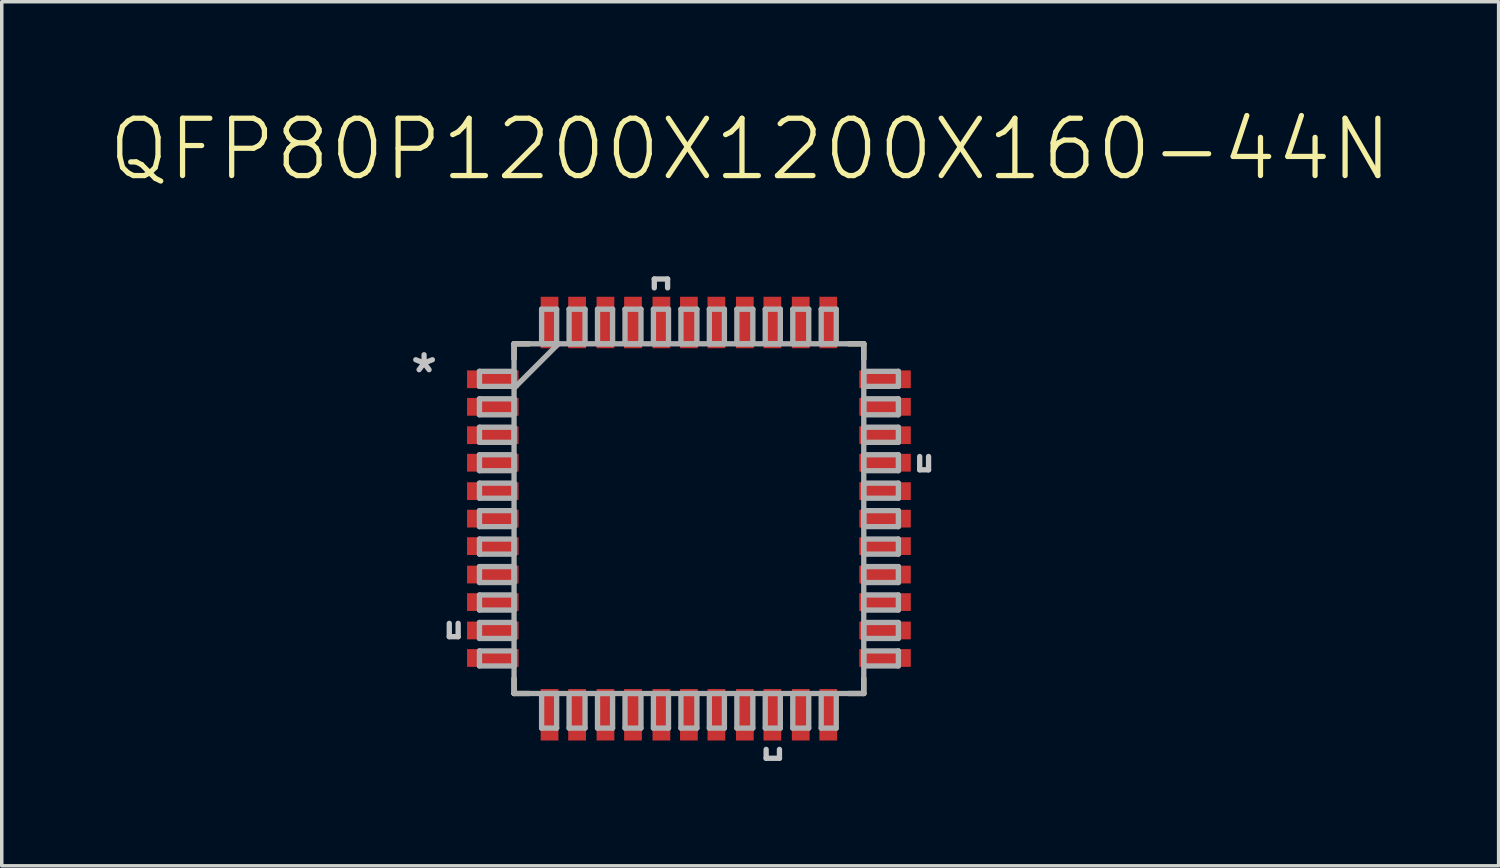
<source format=kicad_pcb>
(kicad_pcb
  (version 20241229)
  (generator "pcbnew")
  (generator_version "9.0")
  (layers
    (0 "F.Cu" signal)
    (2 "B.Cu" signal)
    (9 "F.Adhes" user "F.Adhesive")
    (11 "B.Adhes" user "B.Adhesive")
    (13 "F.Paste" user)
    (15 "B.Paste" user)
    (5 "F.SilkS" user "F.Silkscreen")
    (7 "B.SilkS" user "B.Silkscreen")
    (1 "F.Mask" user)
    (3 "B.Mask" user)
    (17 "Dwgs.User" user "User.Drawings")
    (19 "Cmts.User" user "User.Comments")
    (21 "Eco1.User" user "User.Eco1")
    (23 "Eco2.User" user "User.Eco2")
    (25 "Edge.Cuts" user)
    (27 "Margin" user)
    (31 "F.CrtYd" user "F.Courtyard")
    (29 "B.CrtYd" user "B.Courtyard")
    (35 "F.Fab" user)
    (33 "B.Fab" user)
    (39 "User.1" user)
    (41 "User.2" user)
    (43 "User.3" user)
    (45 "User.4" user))
  (footprint "QFP80P1200X1200X160-44N"
    (layer "F.Cu")
    (at 16.665 11.792)
    (property "Reference" "QFP80P1200X1200X160-44N" (at 1.753 -10.569 0) (layer "F.SilkS") (effects (font (size 1.64 1.64) (thickness 0.15))))
    (attr through_hole)
    (fp_line (start -5.004 -5.004) (end -5.004 -4.572) (stroke (width 0.152) (type solid)) (layer "F.SilkS"))
    (fp_line (start -5.004 4.572) (end -5.004 5.004) (stroke (width 0.152) (type solid)) (layer "F.SilkS"))
    (fp_line (start -5.004 5.004) (end -4.572 5.004) (stroke (width 0.152) (type solid)) (layer "F.SilkS"))
    (fp_line (start -4.572 -5.004) (end -5.004 -5.004) (stroke (width 0.152) (type solid)) (layer "F.SilkS"))
    (fp_line (start 4.572 5.004) (end 5.004 5.004) (stroke (width 0.152) (type solid)) (layer "F.SilkS"))
    (fp_line (start 5.004 -5.004) (end 4.572 -5.004) (stroke (width 0.152) (type solid)) (layer "F.SilkS"))
    (fp_line (start 5.004 -4.572) (end 5.004 -5.004) (stroke (width 0.152) (type solid)) (layer "F.SilkS"))
    (fp_line (start 5.004 5.004) (end 5.004 4.572) (stroke (width 0.152) (type solid)) (layer "F.SilkS"))
    (fp_line (start -6.858 2.997) (end -6.858 3.378) (stroke (width 0.152) (type solid)) (layer "Dwgs.User"))
    (fp_line (start -6.858 3.378) (end -6.604 3.378) (stroke (width 0.152) (type solid)) (layer "Dwgs.User"))
    (fp_line (start -6.604 3.378) (end -6.604 2.997) (stroke (width 0.152) (type solid)) (layer "Dwgs.User"))
    (fp_line (start -0.991 -6.858) (end -0.61 -6.858) (stroke (width 0.152) (type solid)) (layer "Dwgs.User"))
    (fp_line (start -0.991 -6.604) (end -0.991 -6.858) (stroke (width 0.152) (type solid)) (layer "Dwgs.User"))
    (fp_line (start -0.61 -6.858) (end -0.61 -6.604) (stroke (width 0.152) (type solid)) (layer "Dwgs.User"))
    (fp_line (start 2.21 6.604) (end 2.21 6.858) (stroke (width 0.152) (type solid)) (layer "Dwgs.User"))
    (fp_line (start 2.21 6.858) (end 2.591 6.858) (stroke (width 0.152) (type solid)) (layer "Dwgs.User"))
    (fp_line (start 2.591 6.858) (end 2.591 6.604) (stroke (width 0.152) (type solid)) (layer "Dwgs.User"))
    (fp_line (start 6.604 -1.397) (end 6.604 -1.778) (stroke (width 0.152) (type solid)) (layer "Dwgs.User"))
    (fp_line (start 6.858 -1.778) (end 6.858 -1.397) (stroke (width 0.152) (type solid)) (layer "Dwgs.User"))
    (fp_line (start 6.858 -1.397) (end 6.604 -1.397) (stroke (width 0.152) (type solid)) (layer "Dwgs.User"))
    (fp_line (start -5.994 -4.216) (end -5.994 -3.785) (stroke (width 0.152) (type solid)) (layer "F.Fab"))
    (fp_line (start -5.994 -3.785) (end -5.004 -3.785) (stroke (width 0.152) (type solid)) (layer "F.Fab"))
    (fp_line (start -5.994 -3.429) (end -5.994 -2.972) (stroke (width 0.152) (type solid)) (layer "F.Fab"))
    (fp_line (start -5.994 -2.972) (end -5.004 -2.972) (stroke (width 0.152) (type solid)) (layer "F.Fab"))
    (fp_line (start -5.994 -2.616) (end -5.994 -2.184) (stroke (width 0.152) (type solid)) (layer "F.Fab"))
    (fp_line (start -5.994 -2.184) (end -5.004 -2.184) (stroke (width 0.152) (type solid)) (layer "F.Fab"))
    (fp_line (start -5.994 -1.829) (end -5.994 -1.372) (stroke (width 0.152) (type solid)) (layer "F.Fab"))
    (fp_line (start -5.994 -1.372) (end -5.004 -1.372) (stroke (width 0.152) (type solid)) (layer "F.Fab"))
    (fp_line (start -5.994 -1.016) (end -5.994 -0.584) (stroke (width 0.152) (type solid)) (layer "F.Fab"))
    (fp_line (start -5.994 -0.584) (end -5.004 -0.584) (stroke (width 0.152) (type solid)) (layer "F.Fab"))
    (fp_line (start -5.994 -0.229) (end -5.994 0.229) (stroke (width 0.152) (type solid)) (layer "F.Fab"))
    (fp_line (start -5.994 0.229) (end -5.004 0.229) (stroke (width 0.152) (type solid)) (layer "F.Fab"))
    (fp_line (start -5.994 0.584) (end -5.994 1.016) (stroke (width 0.152) (type solid)) (layer "F.Fab"))
    (fp_line (start -5.994 1.016) (end -5.004 1.016) (stroke (width 0.152) (type solid)) (layer "F.Fab"))
    (fp_line (start -5.994 1.372) (end -5.994 1.829) (stroke (width 0.152) (type solid)) (layer "F.Fab"))
    (fp_line (start -5.994 1.829) (end -5.004 1.829) (stroke (width 0.152) (type solid)) (layer "F.Fab"))
    (fp_line (start -5.994 2.184) (end -5.994 2.616) (stroke (width 0.152) (type solid)) (layer "F.Fab"))
    (fp_line (start -5.994 2.616) (end -5.004 2.616) (stroke (width 0.152) (type solid)) (layer "F.Fab"))
    (fp_line (start -5.994 2.972) (end -5.994 3.429) (stroke (width 0.152) (type solid)) (layer "F.Fab"))
    (fp_line (start -5.994 3.429) (end -5.004 3.429) (stroke (width 0.152) (type solid)) (layer "F.Fab"))
    (fp_line (start -5.994 3.785) (end -5.994 4.216) (stroke (width 0.152) (type solid)) (layer "F.Fab"))
    (fp_line (start -5.994 4.216) (end -5.004 4.216) (stroke (width 0.152) (type solid)) (layer "F.Fab"))
    (fp_line (start -5.004 -5.004) (end -5.004 5.004) (stroke (width 0.152) (type solid)) (layer "F.Fab"))
    (fp_line (start -5.004 -4.216) (end -5.994 -4.216) (stroke (width 0.152) (type solid)) (layer "F.Fab"))
    (fp_line (start -5.004 -3.785) (end -5.004 -4.216) (stroke (width 0.152) (type solid)) (layer "F.Fab"))
    (fp_line (start -5.004 -3.734) (end -3.734 -5.004) (stroke (width 0.152) (type solid)) (layer "F.Fab"))
    (fp_line (start -5.004 -3.429) (end -5.994 -3.429) (stroke (width 0.152) (type solid)) (layer "F.Fab"))
    (fp_line (start -5.004 -2.972) (end -5.004 -3.429) (stroke (width 0.152) (type solid)) (layer "F.Fab"))
    (fp_line (start -5.004 -2.616) (end -5.994 -2.616) (stroke (width 0.152) (type solid)) (layer "F.Fab"))
    (fp_line (start -5.004 -2.184) (end -5.004 -2.616) (stroke (width 0.152) (type solid)) (layer "F.Fab"))
    (fp_line (start -5.004 -1.829) (end -5.994 -1.829) (stroke (width 0.152) (type solid)) (layer "F.Fab"))
    (fp_line (start -5.004 -1.372) (end -5.004 -1.829) (stroke (width 0.152) (type solid)) (layer "F.Fab"))
    (fp_line (start -5.004 -1.016) (end -5.994 -1.016) (stroke (width 0.152) (type solid)) (layer "F.Fab"))
    (fp_line (start -5.004 -0.584) (end -5.004 -1.016) (stroke (width 0.152) (type solid)) (layer "F.Fab"))
    (fp_line (start -5.004 -0.229) (end -5.994 -0.229) (stroke (width 0.152) (type solid)) (layer "F.Fab"))
    (fp_line (start -5.004 0.229) (end -5.004 -0.229) (stroke (width 0.152) (type solid)) (layer "F.Fab"))
    (fp_line (start -5.004 0.584) (end -5.994 0.584) (stroke (width 0.152) (type solid)) (layer "F.Fab"))
    (fp_line (start -5.004 1.016) (end -5.004 0.584) (stroke (width 0.152) (type solid)) (layer "F.Fab"))
    (fp_line (start -5.004 1.372) (end -5.994 1.372) (stroke (width 0.152) (type solid)) (layer "F.Fab"))
    (fp_line (start -5.004 1.829) (end -5.004 1.372) (stroke (width 0.152) (type solid)) (layer "F.Fab"))
    (fp_line (start -5.004 2.184) (end -5.994 2.184) (stroke (width 0.152) (type solid)) (layer "F.Fab"))
    (fp_line (start -5.004 2.616) (end -5.004 2.184) (stroke (width 0.152) (type solid)) (layer "F.Fab"))
    (fp_line (start -5.004 2.972) (end -5.994 2.972) (stroke (width 0.152) (type solid)) (layer "F.Fab"))
    (fp_line (start -5.004 3.429) (end -5.004 2.972) (stroke (width 0.152) (type solid)) (layer "F.Fab"))
    (fp_line (start -5.004 3.785) (end -5.994 3.785) (stroke (width 0.152) (type solid)) (layer "F.Fab"))
    (fp_line (start -5.004 4.216) (end -5.004 3.785) (stroke (width 0.152) (type solid)) (layer "F.Fab"))
    (fp_line (start -5.004 5.004) (end 5.004 5.004) (stroke (width 0.152) (type solid)) (layer "F.Fab"))
    (fp_line (start -4.216 -5.994) (end -4.216 -5.004) (stroke (width 0.152) (type solid)) (layer "F.Fab"))
    (fp_line (start -4.216 -5.004) (end -3.785 -5.004) (stroke (width 0.152) (type solid)) (layer "F.Fab"))
    (fp_line (start -4.216 5.004) (end -4.216 5.994) (stroke (width 0.152) (type solid)) (layer "F.Fab"))
    (fp_line (start -4.216 5.994) (end -3.785 5.994) (stroke (width 0.152) (type solid)) (layer "F.Fab"))
    (fp_line (start -3.785 -5.994) (end -4.216 -5.994) (stroke (width 0.152) (type solid)) (layer "F.Fab"))
    (fp_line (start -3.785 -5.004) (end -3.785 -5.994) (stroke (width 0.152) (type solid)) (layer "F.Fab"))
    (fp_line (start -3.785 5.004) (end -4.216 5.004) (stroke (width 0.152) (type solid)) (layer "F.Fab"))
    (fp_line (start -3.785 5.994) (end -3.785 5.004) (stroke (width 0.152) (type solid)) (layer "F.Fab"))
    (fp_line (start -3.429 -5.994) (end -3.429 -5.004) (stroke (width 0.152) (type solid)) (layer "F.Fab"))
    (fp_line (start -3.429 -5.004) (end -2.972 -5.004) (stroke (width 0.152) (type solid)) (layer "F.Fab"))
    (fp_line (start -3.429 5.004) (end -3.429 5.994) (stroke (width 0.152) (type solid)) (layer "F.Fab"))
    (fp_line (start -3.429 5.994) (end -2.972 5.994) (stroke (width 0.152) (type solid)) (layer "F.Fab"))
    (fp_line (start -2.972 -5.994) (end -3.429 -5.994) (stroke (width 0.152) (type solid)) (layer "F.Fab"))
    (fp_line (start -2.972 -5.004) (end -2.972 -5.994) (stroke (width 0.152) (type solid)) (layer "F.Fab"))
    (fp_line (start -2.972 5.004) (end -3.429 5.004) (stroke (width 0.152) (type solid)) (layer "F.Fab"))
    (fp_line (start -2.972 5.994) (end -2.972 5.004) (stroke (width 0.152) (type solid)) (layer "F.Fab"))
    (fp_line (start -2.616 -5.994) (end -2.616 -5.004) (stroke (width 0.152) (type solid)) (layer "F.Fab"))
    (fp_line (start -2.616 -5.004) (end -2.184 -5.004) (stroke (width 0.152) (type solid)) (layer "F.Fab"))
    (fp_line (start -2.616 5.004) (end -2.616 5.994) (stroke (width 0.152) (type solid)) (layer "F.Fab"))
    (fp_line (start -2.616 5.994) (end -2.184 5.994) (stroke (width 0.152) (type solid)) (layer "F.Fab"))
    (fp_line (start -2.184 -5.994) (end -2.616 -5.994) (stroke (width 0.152) (type solid)) (layer "F.Fab"))
    (fp_line (start -2.184 -5.004) (end -2.184 -5.994) (stroke (width 0.152) (type solid)) (layer "F.Fab"))
    (fp_line (start -2.184 5.004) (end -2.616 5.004) (stroke (width 0.152) (type solid)) (layer "F.Fab"))
    (fp_line (start -2.184 5.994) (end -2.184 5.004) (stroke (width 0.152) (type solid)) (layer "F.Fab"))
    (fp_line (start -1.829 -5.994) (end -1.829 -5.004) (stroke (width 0.152) (type solid)) (layer "F.Fab"))
    (fp_line (start -1.829 -5.004) (end -1.372 -5.004) (stroke (width 0.152) (type solid)) (layer "F.Fab"))
    (fp_line (start -1.829 5.004) (end -1.829 5.994) (stroke (width 0.152) (type solid)) (layer "F.Fab"))
    (fp_line (start -1.829 5.994) (end -1.372 5.994) (stroke (width 0.152) (type solid)) (layer "F.Fab"))
    (fp_line (start -1.372 -5.994) (end -1.829 -5.994) (stroke (width 0.152) (type solid)) (layer "F.Fab"))
    (fp_line (start -1.372 -5.004) (end -1.372 -5.994) (stroke (width 0.152) (type solid)) (layer "F.Fab"))
    (fp_line (start -1.372 5.004) (end -1.829 5.004) (stroke (width 0.152) (type solid)) (layer "F.Fab"))
    (fp_line (start -1.372 5.994) (end -1.372 5.004) (stroke (width 0.152) (type solid)) (layer "F.Fab"))
    (fp_line (start -1.016 -5.994) (end -1.016 -5.004) (stroke (width 0.152) (type solid)) (layer "F.Fab"))
    (fp_line (start -1.016 -5.004) (end -0.584 -5.004) (stroke (width 0.152) (type solid)) (layer "F.Fab"))
    (fp_line (start -1.016 5.004) (end -1.016 5.994) (stroke (width 0.152) (type solid)) (layer "F.Fab"))
    (fp_line (start -1.016 5.994) (end -0.584 5.994) (stroke (width 0.152) (type solid)) (layer "F.Fab"))
    (fp_line (start -0.584 -5.994) (end -1.016 -5.994) (stroke (width 0.152) (type solid)) (layer "F.Fab"))
    (fp_line (start -0.584 -5.004) (end -0.584 -5.994) (stroke (width 0.152) (type solid)) (layer "F.Fab"))
    (fp_line (start -0.584 5.004) (end -1.016 5.004) (stroke (width 0.152) (type solid)) (layer "F.Fab"))
    (fp_line (start -0.584 5.994) (end -0.584 5.004) (stroke (width 0.152) (type solid)) (layer "F.Fab"))
    (fp_line (start -0.229 -5.994) (end -0.229 -5.004) (stroke (width 0.152) (type solid)) (layer "F.Fab"))
    (fp_line (start -0.229 -5.004) (end 0.229 -5.004) (stroke (width 0.152) (type solid)) (layer "F.Fab"))
    (fp_line (start -0.229 5.004) (end -0.229 5.994) (stroke (width 0.152) (type solid)) (layer "F.Fab"))
    (fp_line (start -0.229 5.994) (end 0.229 5.994) (stroke (width 0.152) (type solid)) (layer "F.Fab"))
    (fp_line (start 0.229 -5.994) (end -0.229 -5.994) (stroke (width 0.152) (type solid)) (layer "F.Fab"))
    (fp_line (start 0.229 -5.004) (end 0.229 -5.994) (stroke (width 0.152) (type solid)) (layer "F.Fab"))
    (fp_line (start 0.229 5.004) (end -0.229 5.004) (stroke (width 0.152) (type solid)) (layer "F.Fab"))
    (fp_line (start 0.229 5.994) (end 0.229 5.004) (stroke (width 0.152) (type solid)) (layer "F.Fab"))
    (fp_line (start 0.584 -5.994) (end 0.584 -5.004) (stroke (width 0.152) (type solid)) (layer "F.Fab"))
    (fp_line (start 0.584 -5.004) (end 1.016 -5.004) (stroke (width 0.152) (type solid)) (layer "F.Fab"))
    (fp_line (start 0.584 5.004) (end 0.584 5.994) (stroke (width 0.152) (type solid)) (layer "F.Fab"))
    (fp_line (start 0.584 5.994) (end 1.016 5.994) (stroke (width 0.152) (type solid)) (layer "F.Fab"))
    (fp_line (start 1.016 -5.994) (end 0.584 -5.994) (stroke (width 0.152) (type solid)) (layer "F.Fab"))
    (fp_line (start 1.016 -5.004) (end 1.016 -5.994) (stroke (width 0.152) (type solid)) (layer "F.Fab"))
    (fp_line (start 1.016 5.004) (end 0.584 5.004) (stroke (width 0.152) (type solid)) (layer "F.Fab"))
    (fp_line (start 1.016 5.994) (end 1.016 5.004) (stroke (width 0.152) (type solid)) (layer "F.Fab"))
    (fp_line (start 1.372 -5.994) (end 1.372 -5.004) (stroke (width 0.152) (type solid)) (layer "F.Fab"))
    (fp_line (start 1.372 -5.004) (end 1.829 -5.004) (stroke (width 0.152) (type solid)) (layer "F.Fab"))
    (fp_line (start 1.372 5.004) (end 1.372 5.994) (stroke (width 0.152) (type solid)) (layer "F.Fab"))
    (fp_line (start 1.372 5.994) (end 1.829 5.994) (stroke (width 0.152) (type solid)) (layer "F.Fab"))
    (fp_line (start 1.829 -5.994) (end 1.372 -5.994) (stroke (width 0.152) (type solid)) (layer "F.Fab"))
    (fp_line (start 1.829 -5.004) (end 1.829 -5.994) (stroke (width 0.152) (type solid)) (layer "F.Fab"))
    (fp_line (start 1.829 5.004) (end 1.372 5.004) (stroke (width 0.152) (type solid)) (layer "F.Fab"))
    (fp_line (start 1.829 5.994) (end 1.829 5.004) (stroke (width 0.152) (type solid)) (layer "F.Fab"))
    (fp_line (start 2.184 -5.994) (end 2.184 -5.004) (stroke (width 0.152) (type solid)) (layer "F.Fab"))
    (fp_line (start 2.184 -5.004) (end 2.616 -5.004) (stroke (width 0.152) (type solid)) (layer "F.Fab"))
    (fp_line (start 2.184 5.004) (end 2.184 5.994) (stroke (width 0.152) (type solid)) (layer "F.Fab"))
    (fp_line (start 2.184 5.994) (end 2.616 5.994) (stroke (width 0.152) (type solid)) (layer "F.Fab"))
    (fp_line (start 2.616 -5.994) (end 2.184 -5.994) (stroke (width 0.152) (type solid)) (layer "F.Fab"))
    (fp_line (start 2.616 -5.004) (end 2.616 -5.994) (stroke (width 0.152) (type solid)) (layer "F.Fab"))
    (fp_line (start 2.616 5.004) (end 2.184 5.004) (stroke (width 0.152) (type solid)) (layer "F.Fab"))
    (fp_line (start 2.616 5.994) (end 2.616 5.004) (stroke (width 0.152) (type solid)) (layer "F.Fab"))
    (fp_line (start 2.972 -5.994) (end 2.972 -5.004) (stroke (width 0.152) (type solid)) (layer "F.Fab"))
    (fp_line (start 2.972 -5.004) (end 3.429 -5.004) (stroke (width 0.152) (type solid)) (layer "F.Fab"))
    (fp_line (start 2.972 5.004) (end 2.972 5.994) (stroke (width 0.152) (type solid)) (layer "F.Fab"))
    (fp_line (start 2.972 5.994) (end 3.429 5.994) (stroke (width 0.152) (type solid)) (layer "F.Fab"))
    (fp_line (start 3.429 -5.994) (end 2.972 -5.994) (stroke (width 0.152) (type solid)) (layer "F.Fab"))
    (fp_line (start 3.429 -5.004) (end 3.429 -5.994) (stroke (width 0.152) (type solid)) (layer "F.Fab"))
    (fp_line (start 3.429 5.004) (end 2.972 5.004) (stroke (width 0.152) (type solid)) (layer "F.Fab"))
    (fp_line (start 3.429 5.994) (end 3.429 5.004) (stroke (width 0.152) (type solid)) (layer "F.Fab"))
    (fp_line (start 3.785 -5.994) (end 3.785 -5.004) (stroke (width 0.152) (type solid)) (layer "F.Fab"))
    (fp_line (start 3.785 -5.004) (end 4.216 -5.004) (stroke (width 0.152) (type solid)) (layer "F.Fab"))
    (fp_line (start 3.785 5.004) (end 3.785 5.994) (stroke (width 0.152) (type solid)) (layer "F.Fab"))
    (fp_line (start 3.785 5.994) (end 4.216 5.994) (stroke (width 0.152) (type solid)) (layer "F.Fab"))
    (fp_line (start 4.216 -5.994) (end 3.785 -5.994) (stroke (width 0.152) (type solid)) (layer "F.Fab"))
    (fp_line (start 4.216 -5.004) (end 4.216 -5.994) (stroke (width 0.152) (type solid)) (layer "F.Fab"))
    (fp_line (start 4.216 5.004) (end 3.785 5.004) (stroke (width 0.152) (type solid)) (layer "F.Fab"))
    (fp_line (start 4.216 5.994) (end 4.216 5.004) (stroke (width 0.152) (type solid)) (layer "F.Fab"))
    (fp_line (start 5.004 -5.004) (end -5.004 -5.004) (stroke (width 0.152) (type solid)) (layer "F.Fab"))
    (fp_line (start 5.004 -4.216) (end 5.004 -3.785) (stroke (width 0.152) (type solid)) (layer "F.Fab"))
    (fp_line (start 5.004 -3.785) (end 5.994 -3.785) (stroke (width 0.152) (type solid)) (layer "F.Fab"))
    (fp_line (start 5.004 -3.429) (end 5.004 -2.972) (stroke (width 0.152) (type solid)) (layer "F.Fab"))
    (fp_line (start 5.004 -2.972) (end 5.994 -2.972) (stroke (width 0.152) (type solid)) (layer "F.Fab"))
    (fp_line (start 5.004 -2.616) (end 5.004 -2.184) (stroke (width 0.152) (type solid)) (layer "F.Fab"))
    (fp_line (start 5.004 -2.184) (end 5.994 -2.184) (stroke (width 0.152) (type solid)) (layer "F.Fab"))
    (fp_line (start 5.004 -1.829) (end 5.004 -1.372) (stroke (width 0.152) (type solid)) (layer "F.Fab"))
    (fp_line (start 5.004 -1.372) (end 5.994 -1.372) (stroke (width 0.152) (type solid)) (layer "F.Fab"))
    (fp_line (start 5.004 -1.016) (end 5.004 -0.584) (stroke (width 0.152) (type solid)) (layer "F.Fab"))
    (fp_line (start 5.004 -0.584) (end 5.994 -0.584) (stroke (width 0.152) (type solid)) (layer "F.Fab"))
    (fp_line (start 5.004 -0.229) (end 5.004 0.229) (stroke (width 0.152) (type solid)) (layer "F.Fab"))
    (fp_line (start 5.004 0.229) (end 5.994 0.229) (stroke (width 0.152) (type solid)) (layer "F.Fab"))
    (fp_line (start 5.004 0.584) (end 5.004 1.016) (stroke (width 0.152) (type solid)) (layer "F.Fab"))
    (fp_line (start 5.004 1.016) (end 5.994 1.016) (stroke (width 0.152) (type solid)) (layer "F.Fab"))
    (fp_line (start 5.004 1.372) (end 5.004 1.829) (stroke (width 0.152) (type solid)) (layer "F.Fab"))
    (fp_line (start 5.004 1.829) (end 5.994 1.829) (stroke (width 0.152) (type solid)) (layer "F.Fab"))
    (fp_line (start 5.004 2.184) (end 5.004 2.616) (stroke (width 0.152) (type solid)) (layer "F.Fab"))
    (fp_line (start 5.004 2.616) (end 5.994 2.616) (stroke (width 0.152) (type solid)) (layer "F.Fab"))
    (fp_line (start 5.004 2.972) (end 5.004 3.429) (stroke (width 0.152) (type solid)) (layer "F.Fab"))
    (fp_line (start 5.004 3.429) (end 5.994 3.429) (stroke (width 0.152) (type solid)) (layer "F.Fab"))
    (fp_line (start 5.004 3.785) (end 5.004 4.216) (stroke (width 0.152) (type solid)) (layer "F.Fab"))
    (fp_line (start 5.004 4.216) (end 5.994 4.216) (stroke (width 0.152) (type solid)) (layer "F.Fab"))
    (fp_line (start 5.004 5.004) (end 5.004 -5.004) (stroke (width 0.152) (type solid)) (layer "F.Fab"))
    (fp_line (start 5.994 -4.216) (end 5.004 -4.216) (stroke (width 0.152) (type solid)) (layer "F.Fab"))
    (fp_line (start 5.994 -3.785) (end 5.994 -4.216) (stroke (width 0.152) (type solid)) (layer "F.Fab"))
    (fp_line (start 5.994 -3.429) (end 5.004 -3.429) (stroke (width 0.152) (type solid)) (layer "F.Fab"))
    (fp_line (start 5.994 -2.972) (end 5.994 -3.429) (stroke (width 0.152) (type solid)) (layer "F.Fab"))
    (fp_line (start 5.994 -2.616) (end 5.004 -2.616) (stroke (width 0.152) (type solid)) (layer "F.Fab"))
    (fp_line (start 5.994 -2.184) (end 5.994 -2.616) (stroke (width 0.152) (type solid)) (layer "F.Fab"))
    (fp_line (start 5.994 -1.829) (end 5.004 -1.829) (stroke (width 0.152) (type solid)) (layer "F.Fab"))
    (fp_line (start 5.994 -1.372) (end 5.994 -1.829) (stroke (width 0.152) (type solid)) (layer "F.Fab"))
    (fp_line (start 5.994 -1.016) (end 5.004 -1.016) (stroke (width 0.152) (type solid)) (layer "F.Fab"))
    (fp_line (start 5.994 -0.584) (end 5.994 -1.016) (stroke (width 0.152) (type solid)) (layer "F.Fab"))
    (fp_line (start 5.994 -0.229) (end 5.004 -0.229) (stroke (width 0.152) (type solid)) (layer "F.Fab"))
    (fp_line (start 5.994 0.229) (end 5.994 -0.229) (stroke (width 0.152) (type solid)) (layer "F.Fab"))
    (fp_line (start 5.994 0.584) (end 5.004 0.584) (stroke (width 0.152) (type solid)) (layer "F.Fab"))
    (fp_line (start 5.994 1.016) (end 5.994 0.584) (stroke (width 0.152) (type solid)) (layer "F.Fab"))
    (fp_line (start 5.994 1.372) (end 5.004 1.372) (stroke (width 0.152) (type solid)) (layer "F.Fab"))
    (fp_line (start 5.994 1.829) (end 5.994 1.372) (stroke (width 0.152) (type solid)) (layer "F.Fab"))
    (fp_line (start 5.994 2.184) (end 5.004 2.184) (stroke (width 0.152) (type solid)) (layer "F.Fab"))
    (fp_line (start 5.994 2.616) (end 5.994 2.184) (stroke (width 0.152) (type solid)) (layer "F.Fab"))
    (fp_line (start 5.994 2.972) (end 5.004 2.972) (stroke (width 0.152) (type solid)) (layer "F.Fab"))
    (fp_line (start 5.994 3.429) (end 5.994 2.972) (stroke (width 0.152) (type solid)) (layer "F.Fab"))
    (fp_line (start 5.994 3.785) (end 5.004 3.785) (stroke (width 0.152) (type solid)) (layer "F.Fab"))
    (fp_line (start 5.994 4.216) (end 5.994 3.785) (stroke (width 0.152) (type solid)) (layer "F.Fab"))
    (fp_text user "*" (at -7.579 -4.145 0) (layer "Dwgs.User") (effects (font (size 1.001 1.001) (thickness 0.15))))
    (pad "1" smd rect (at -5.613 -3.988 270) (size 0.508 1.473) (layers "F.Cu" "F.Mask" "F.Paste"))
    (pad "2" smd rect (at -5.613 -3.2 270) (size 0.508 1.473) (layers "F.Cu" "F.Mask" "F.Paste"))
    (pad "3" smd rect (at -5.613 -2.388 270) (size 0.508 1.473) (layers "F.Cu" "F.Mask" "F.Paste"))
    (pad "4" smd rect (at -5.613 -1.6 270) (size 0.508 1.473) (layers "F.Cu" "F.Mask" "F.Paste"))
    (pad "5" smd rect (at -5.613 -0.787 270) (size 0.508 1.473) (layers "F.Cu" "F.Mask" "F.Paste"))
    (pad "6" smd rect (at -5.613 0 270) (size 0.508 1.473) (layers "F.Cu" "F.Mask" "F.Paste"))
    (pad "7" smd rect (at -5.613 0.787 270) (size 0.508 1.473) (layers "F.Cu" "F.Mask" "F.Paste"))
    (pad "8" smd rect (at -5.613 1.6 270) (size 0.508 1.473) (layers "F.Cu" "F.Mask" "F.Paste"))
    (pad "9" smd rect (at -5.613 2.388 270) (size 0.508 1.473) (layers "F.Cu" "F.Mask" "F.Paste"))
    (pad "10" smd rect (at -5.613 3.2 270) (size 0.508 1.473) (layers "F.Cu" "F.Mask" "F.Paste"))
    (pad "11" smd rect (at -5.613 3.988 270) (size 0.508 1.473) (layers "F.Cu" "F.Mask" "F.Paste"))
    (pad "12" smd rect (at -3.988 5.613 180) (size 0.508 1.473) (layers "F.Cu" "F.Mask" "F.Paste"))
    (pad "13" smd rect (at -3.2 5.613 180) (size 0.508 1.473) (layers "F.Cu" "F.Mask" "F.Paste"))
    (pad "14" smd rect (at -2.388 5.613 180) (size 0.508 1.473) (layers "F.Cu" "F.Mask" "F.Paste"))
    (pad "15" smd rect (at -1.6 5.613 180) (size 0.508 1.473) (layers "F.Cu" "F.Mask" "F.Paste"))
    (pad "16" smd rect (at -0.787 5.613 180) (size 0.508 1.473) (layers "F.Cu" "F.Mask" "F.Paste"))
    (pad "17" smd rect (at 0 5.613 180) (size 0.508 1.473) (layers "F.Cu" "F.Mask" "F.Paste"))
    (pad "18" smd rect (at 0.787 5.613 180) (size 0.508 1.473) (layers "F.Cu" "F.Mask" "F.Paste"))
    (pad "19" smd rect (at 1.6 5.613 180) (size 0.508 1.473) (layers "F.Cu" "F.Mask" "F.Paste"))
    (pad "20" smd rect (at 2.388 5.613 180) (size 0.508 1.473) (layers "F.Cu" "F.Mask" "F.Paste"))
    (pad "21" smd rect (at 3.2 5.613 180) (size 0.508 1.473) (layers "F.Cu" "F.Mask" "F.Paste"))
    (pad "22" smd rect (at 3.988 5.613 180) (size 0.508 1.473) (layers "F.Cu" "F.Mask" "F.Paste"))
    (pad "23" smd rect (at 5.613 3.988 270) (size 0.508 1.473) (layers "F.Cu" "F.Mask" "F.Paste"))
    (pad "24" smd rect (at 5.613 3.2 270) (size 0.508 1.473) (layers "F.Cu" "F.Mask" "F.Paste"))
    (pad "25" smd rect (at 5.613 2.388 270) (size 0.508 1.473) (layers "F.Cu" "F.Mask" "F.Paste"))
    (pad "26" smd rect (at 5.613 1.6 270) (size 0.508 1.473) (layers "F.Cu" "F.Mask" "F.Paste"))
    (pad "27" smd rect (at 5.613 0.787 270) (size 0.508 1.473) (layers "F.Cu" "F.Mask" "F.Paste"))
    (pad "28" smd rect (at 5.613 0 270) (size 0.508 1.473) (layers "F.Cu" "F.Mask" "F.Paste"))
    (pad "29" smd rect (at 5.613 -0.787 270) (size 0.508 1.473) (layers "F.Cu" "F.Mask" "F.Paste"))
    (pad "30" smd rect (at 5.613 -1.6 270) (size 0.508 1.473) (layers "F.Cu" "F.Mask" "F.Paste"))
    (pad "31" smd rect (at 5.613 -2.388 270) (size 0.508 1.473) (layers "F.Cu" "F.Mask" "F.Paste"))
    (pad "32" smd rect (at 5.613 -3.2 270) (size 0.508 1.473) (layers "F.Cu" "F.Mask" "F.Paste"))
    (pad "33" smd rect (at 5.613 -3.988 270) (size 0.508 1.473) (layers "F.Cu" "F.Mask" "F.Paste"))
    (pad "34" smd rect (at 3.988 -5.613 180) (size 0.508 1.473) (layers "F.Cu" "F.Mask" "F.Paste"))
    (pad "35" smd rect (at 3.2 -5.613 180) (size 0.508 1.473) (layers "F.Cu" "F.Mask" "F.Paste"))
    (pad "36" smd rect (at 2.388 -5.613 180) (size 0.508 1.473) (layers "F.Cu" "F.Mask" "F.Paste"))
    (pad "37" smd rect (at 1.6 -5.613 180) (size 0.508 1.473) (layers "F.Cu" "F.Mask" "F.Paste"))
    (pad "38" smd rect (at 0.787 -5.613 180) (size 0.508 1.473) (layers "F.Cu" "F.Mask" "F.Paste"))
    (pad "39" smd rect (at 0 -5.613 180) (size 0.508 1.473) (layers "F.Cu" "F.Mask" "F.Paste"))
    (pad "40" smd rect (at -0.787 -5.613 180) (size 0.508 1.473) (layers "F.Cu" "F.Mask" "F.Paste"))
    (pad "41" smd rect (at -1.6 -5.613 180) (size 0.508 1.473) (layers "F.Cu" "F.Mask" "F.Paste"))
    (pad "42" smd rect (at -2.388 -5.613 180) (size 0.508 1.473) (layers "F.Cu" "F.Mask" "F.Paste"))
    (pad "43" smd rect (at -3.2 -5.613 180) (size 0.508 1.473) (layers "F.Cu" "F.Mask" "F.Paste"))
    (pad "44" smd rect (at -3.988 -5.613 180) (size 0.508 1.473) (layers "F.Cu" "F.Mask" "F.Paste")))
  (gr_rect
    (start -3 -3)
    (end 39.837 21.727)
    (stroke (width 0.1) (type default))
    (fill no)
    (layer "Edge.Cuts")))
</source>
